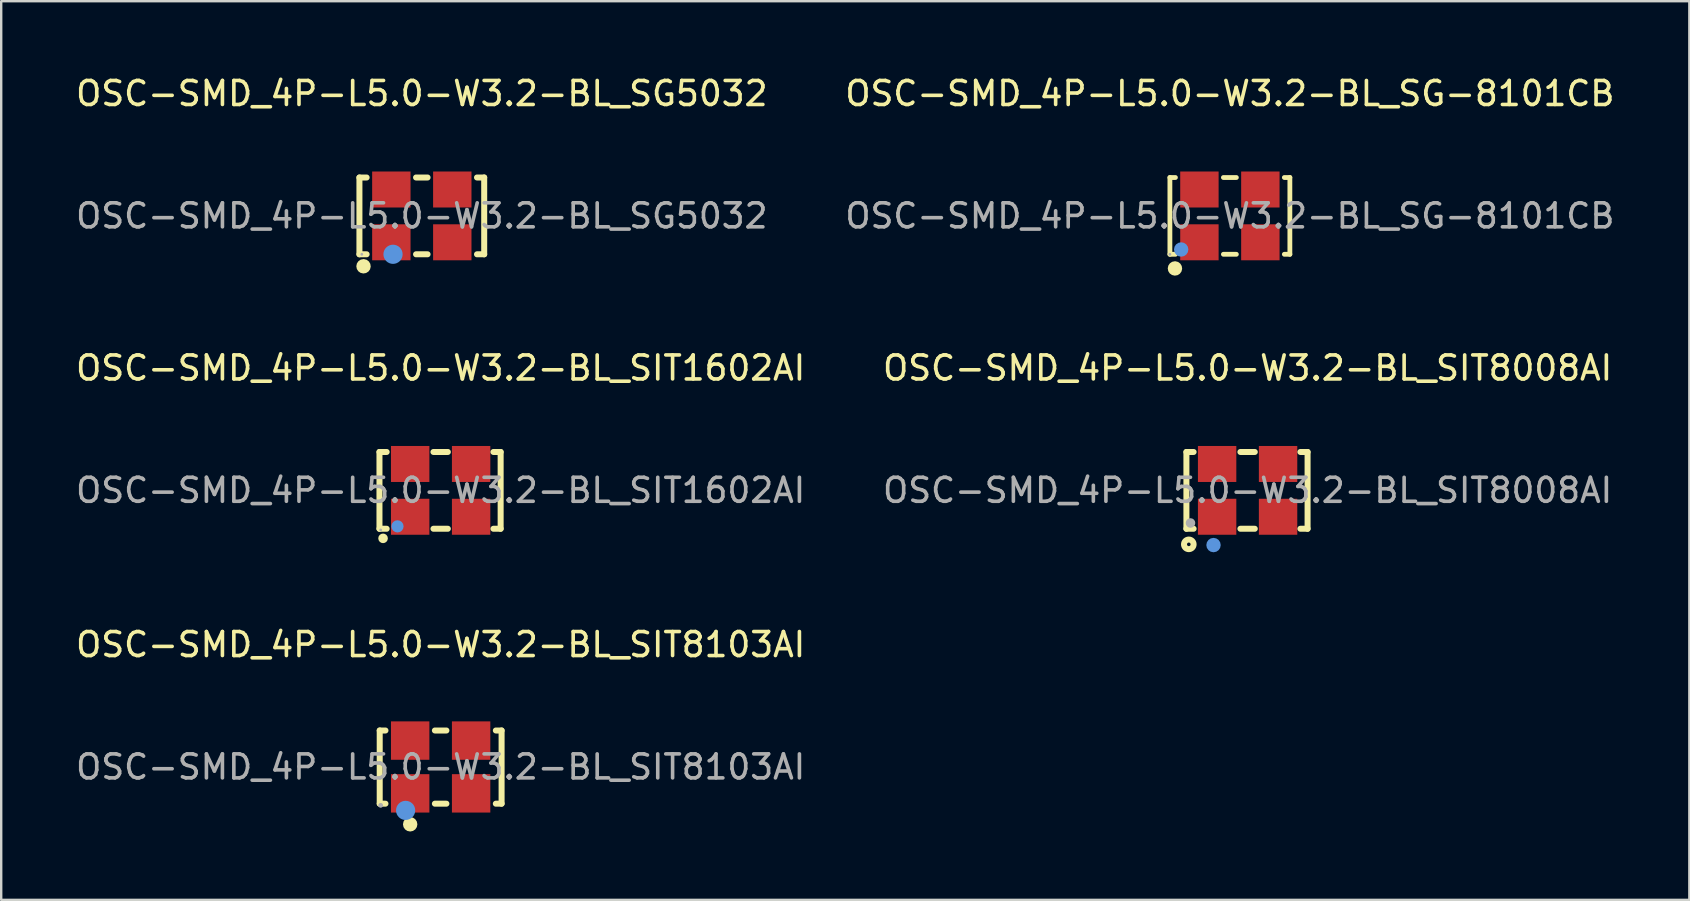
<source format=kicad_pcb>
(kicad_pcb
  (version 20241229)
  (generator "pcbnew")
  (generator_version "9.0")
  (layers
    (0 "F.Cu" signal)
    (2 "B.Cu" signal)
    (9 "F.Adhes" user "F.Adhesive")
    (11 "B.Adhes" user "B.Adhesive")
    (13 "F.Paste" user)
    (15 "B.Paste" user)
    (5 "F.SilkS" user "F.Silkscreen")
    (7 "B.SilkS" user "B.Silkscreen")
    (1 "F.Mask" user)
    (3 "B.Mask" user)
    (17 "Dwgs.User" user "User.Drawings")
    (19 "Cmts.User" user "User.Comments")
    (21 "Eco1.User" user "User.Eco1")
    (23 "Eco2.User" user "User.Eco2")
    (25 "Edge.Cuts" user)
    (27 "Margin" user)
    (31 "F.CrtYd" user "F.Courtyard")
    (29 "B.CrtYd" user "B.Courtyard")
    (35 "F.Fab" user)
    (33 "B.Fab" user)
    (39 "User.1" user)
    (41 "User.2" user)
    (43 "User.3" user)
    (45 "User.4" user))
  (footprint "OSC-SMD_4P-L5.0-W3.2-BL_SG5032"
    (layer "F.Cu")
    (at 14.53 5.948)
    (property "Reference" "OSC-SMD_4P-L5.0-W3.2-BL_SG5032" (at 0 -5.1 0) (layer "F.SilkS") (effects (font (size 1 1) (thickness 0.15))))
    (attr through_hole)
    (fp_line (start -2.6 -1.6) (end -2.3 -1.6) (stroke (width 0.25) (type solid)) (layer "F.SilkS"))
    (fp_line (start -2.6 1.6) (end -2.6 -1.6) (stroke (width 0.25) (type solid)) (layer "F.SilkS"))
    (fp_line (start -2.3 1.6) (end -2.6 1.6) (stroke (width 0.25) (type solid)) (layer "F.SilkS"))
    (fp_line (start -0.24 -1.6) (end 0.24 -1.6) (stroke (width 0.25) (type solid)) (layer "F.SilkS"))
    (fp_line (start 0.24 1.6) (end -0.24 1.6) (stroke (width 0.25) (type solid)) (layer "F.SilkS"))
    (fp_line (start 2.3 -1.6) (end 2.6 -1.6) (stroke (width 0.25) (type solid)) (layer "F.SilkS"))
    (fp_line (start 2.6 -1.6) (end 2.6 1.6) (stroke (width 0.25) (type solid)) (layer "F.SilkS"))
    (fp_line (start 2.6 1.6) (end 2.3 1.6) (stroke (width 0.25) (type solid)) (layer "F.SilkS"))
    (fp_arc (start -2.42 1.95) (mid -2.434995 2.25025) (end -2.430016 1.949667) (stroke (width 0.3) (type solid)) (layer "F.SilkS"))
    (fp_circle (center -1.2 1.6) (end -1 1.6) (stroke (width 0.4) (type solid)) (fill no) (layer "Cmts.User"))
    (fp_circle (center -2.5 1.6) (end -2.47 1.6) (stroke (width 0.06) (type solid)) (fill no) (layer "F.Fab"))
    (fp_text user "${REFERENCE}" (at 0 0 0) (layer "F.Fab") (effects (font (size 1 1) (thickness 0.15))))
    (pad "1" smd rect (at -1.27 1.1) (size 1.6 1.5) (layers "F.Cu" "F.Mask" "F.Paste"))
    (pad "2" smd rect (at 1.27 1.1) (size 1.6 1.5) (layers "F.Cu" "F.Mask" "F.Paste"))
    (pad "3" smd rect (at 1.27 -1.1) (size 1.6 1.5) (layers "F.Cu" "F.Mask" "F.Paste"))
    (pad "4" smd rect (at -1.27 -1.1) (size 1.6 1.5) (layers "F.Cu" "F.Mask" "F.Paste")))
  (footprint "OSC-SMD_4P-L5.0-W3.2-BL_SIT8008AI"
    (layer "F.Cu")
    (at 48.946 17.387)
    (property "Reference" "OSC-SMD_4P-L5.0-W3.2-BL_SIT8008AI" (at 0 -5.1 0) (layer "F.SilkS") (effects (font (size 1 1) (thickness 0.15))))
    (attr through_hole)
    (fp_line (start -2.55 -1.6) (end -2.25 -1.6) (stroke (width 0.25) (type solid)) (layer "F.SilkS"))
    (fp_line (start -2.55 1.6) (end -2.55 -1.6) (stroke (width 0.25) (type solid)) (layer "F.SilkS"))
    (fp_line (start -2.25 1.6) (end -2.55 1.6) (stroke (width 0.25) (type solid)) (layer "F.SilkS"))
    (fp_line (start -0.3 -1.6) (end 0.3 -1.6) (stroke (width 0.25) (type solid)) (layer "F.SilkS"))
    (fp_line (start -0.3 1.6) (end 0.3 1.6) (stroke (width 0.25) (type solid)) (layer "F.SilkS"))
    (fp_line (start 2.2 -1.6) (end 2.5 -1.6) (stroke (width 0.25) (type solid)) (layer "F.SilkS"))
    (fp_line (start 2.5 -1.6) (end 2.5 1.6) (stroke (width 0.25) (type solid)) (layer "F.SilkS"))
    (fp_line (start 2.5 1.6) (end 2.2 1.6) (stroke (width 0.25) (type solid)) (layer "F.SilkS"))
    (fp_circle (center -2.45 2.25) (end -2.25 2.25) (stroke (width 0.25) (type solid)) (fill no) (layer "F.SilkS"))
    (fp_circle (center -1.42 2.28) (end -1.27 2.28) (stroke (width 0.3) (type solid)) (fill no) (layer "Cmts.User"))
    (fp_circle (center -2.38 1.36) (end -2.28 1.36) (stroke (width 0.2) (type solid)) (fill no) (layer "F.Fab"))
    (fp_text user "${REFERENCE}" (at 0 0 0) (layer "F.Fab") (effects (font (size 1 1) (thickness 0.15))))
    (pad "1" smd rect (at -1.27 1.1) (size 1.6 1.5) (layers "F.Cu" "F.Mask" "F.Paste"))
    (pad "2" smd rect (at 1.27 1.1) (size 1.6 1.5) (layers "F.Cu" "F.Mask" "F.Paste"))
    (pad "3" smd rect (at 1.27 -1.1 180) (size 1.6 1.5) (layers "F.Cu" "F.Mask" "F.Paste"))
    (pad "4" smd rect (at -1.27 -1.1) (size 1.6 1.5) (layers "F.Cu" "F.Mask" "F.Paste")))
  (footprint "OSC-SMD_4P-L5.0-W3.2-BL_SG-8101CB"
    (layer "F.Cu")
    (at 48.208 5.948)
    (property "Reference" "OSC-SMD_4P-L5.0-W3.2-BL_SG-8101CB" (at 0 -5.1 0) (layer "F.SilkS") (effects (font (size 1 1) (thickness 0.15))))
    (attr through_hole)
    (fp_line (start -2.5 -1.6) (end -2.27 -1.6) (stroke (width 0.2) (type solid)) (layer "F.SilkS"))
    (fp_line (start -2.5 1.6) (end -2.5 -1.6) (stroke (width 0.2) (type solid)) (layer "F.SilkS"))
    (fp_line (start -2.5 1.6) (end -2.27 1.6) (stroke (width 0.2) (type solid)) (layer "F.SilkS"))
    (fp_line (start -0.27 -1.6) (end 0.27 -1.6) (stroke (width 0.2) (type solid)) (layer "F.SilkS"))
    (fp_line (start -0.27 1.6) (end 0.27 1.6) (stroke (width 0.2) (type solid)) (layer "F.SilkS"))
    (fp_line (start 2.27 -1.6) (end 2.5 -1.6) (stroke (width 0.2) (type solid)) (layer "F.SilkS"))
    (fp_line (start 2.27 1.6) (end 2.5 1.6) (stroke (width 0.2) (type solid)) (layer "F.SilkS"))
    (fp_line (start 2.5 1.6) (end 2.5 -1.6) (stroke (width 0.2) (type solid)) (layer "F.SilkS"))
    (fp_arc (start -2.28 2.04) (mid -2.294995 2.34025) (end -2.290016 2.039667) (stroke (width 0.3) (type solid)) (layer "F.SilkS"))
    (fp_circle (center -2.03 1.4) (end -1.88 1.4) (stroke (width 0.3) (type solid)) (fill no) (layer "Cmts.User"))
    (fp_circle (center -2.5 1.6) (end -2.47 1.6) (stroke (width 0.06) (type solid)) (fill no) (layer "F.Fab"))
    (fp_text user "${REFERENCE}" (at 0 0 0) (layer "F.Fab") (effects (font (size 1 1) (thickness 0.15))))
    (pad "1" smd rect (at -1.27 1.1 90) (size 1.5 1.6) (layers "F.Cu" "F.Mask" "F.Paste"))
    (pad "2" smd rect (at 1.27 1.1 90) (size 1.5 1.6) (layers "F.Cu" "F.Mask" "F.Paste"))
    (pad "3" smd rect (at 1.27 -1.1 90) (size 1.5 1.6) (layers "F.Cu" "F.Mask" "F.Paste"))
    (pad "4" smd rect (at -1.27 -1.1 90) (size 1.5 1.6) (layers "F.Cu" "F.Mask" "F.Paste")))
  (footprint "OSC-SMD_4P-L5.0-W3.2-BL_SIT8103AI"
    (layer "F.Cu")
    (at 15.315 28.915)
    (property "Reference" "OSC-SMD_4P-L5.0-W3.2-BL_SIT8103AI" (at 0 -5.1 0) (layer "F.SilkS") (effects (font (size 1 1) (thickness 0.15))))
    (attr through_hole)
    (fp_line (start -2.54 -1.52) (end -2.3 -1.52) (stroke (width 0.25) (type solid)) (layer "F.SilkS"))
    (fp_line (start -2.54 1.53) (end -2.54 -1.52) (stroke (width 0.25) (type solid)) (layer "F.SilkS"))
    (fp_line (start -2.3 1.53) (end -2.54 1.53) (stroke (width 0.25) (type solid)) (layer "F.SilkS"))
    (fp_line (start -0.24 -1.52) (end 0.24 -1.52) (stroke (width 0.25) (type solid)) (layer "F.SilkS"))
    (fp_line (start 0.24 1.53) (end -0.24 1.53) (stroke (width 0.25) (type solid)) (layer "F.SilkS"))
    (fp_line (start 2.3 -1.52) (end 2.54 -1.52) (stroke (width 0.25) (type solid)) (layer "F.SilkS"))
    (fp_line (start 2.54 -1.52) (end 2.54 1.53) (stroke (width 0.25) (type solid)) (layer "F.SilkS"))
    (fp_line (start 2.54 1.53) (end 2.3 1.53) (stroke (width 0.25) (type solid)) (layer "F.SilkS"))
    (fp_arc (start -1.27 2.39) (mid -1.27 2.39) (end -1.27 2.39) (stroke (width 0.3) (type solid)) (layer "F.SilkS"))
    (fp_circle (center -1.46 1.81) (end -1.26 1.81) (stroke (width 0.4) (type solid)) (fill no) (layer "Cmts.User"))
    (fp_circle (center -2.5 1.6) (end -2.45 1.6) (stroke (width 0.1) (type solid)) (fill no) (layer "F.Fab"))
    (fp_text user "${REFERENCE}" (at 0 0 0) (layer "F.Fab") (effects (font (size 1 1) (thickness 0.15))))
    (pad "1" smd rect (at -1.27 1.1) (size 1.6 1.6) (layers "F.Cu" "F.Mask" "F.Paste"))
    (pad "2" smd rect (at 1.27 1.1) (size 1.6 1.6) (layers "F.Cu" "F.Mask" "F.Paste"))
    (pad "3" smd rect (at 1.27 -1.1) (size 1.6 1.6) (layers "F.Cu" "F.Mask" "F.Paste"))
    (pad "4" smd rect (at -1.27 -1.1) (size 1.6 1.6) (layers "F.Cu" "F.Mask" "F.Paste")))
  (footprint "OSC-SMD_4P-L5.0-W3.2-BL_SIT1602AI"
    (layer "F.Cu")
    (at 15.315 17.387)
    (property "Reference" "OSC-SMD_4P-L5.0-W3.2-BL_SIT1602AI" (at 0 -5.1 0) (layer "F.SilkS") (effects (font (size 1 1) (thickness 0.15))))
    (attr through_hole)
    (fp_line (start -2.55 -1.6) (end -2.25 -1.6) (stroke (width 0.25) (type solid)) (layer "F.SilkS"))
    (fp_line (start -2.55 1.6) (end -2.55 -1.6) (stroke (width 0.25) (type solid)) (layer "F.SilkS"))
    (fp_line (start -2.25 1.6) (end -2.55 1.6) (stroke (width 0.25) (type solid)) (layer "F.SilkS"))
    (fp_line (start -0.3 -1.6) (end 0.3 -1.6) (stroke (width 0.25) (type solid)) (layer "F.SilkS"))
    (fp_line (start -0.3 1.6) (end 0.3 1.6) (stroke (width 0.25) (type solid)) (layer "F.SilkS"))
    (fp_line (start 2.2 -1.6) (end 2.5 -1.6) (stroke (width 0.25) (type solid)) (layer "F.SilkS"))
    (fp_line (start 2.5 -1.6) (end 2.5 1.6) (stroke (width 0.25) (type solid)) (layer "F.SilkS"))
    (fp_line (start 2.5 1.6) (end 2.2 1.6) (stroke (width 0.25) (type solid)) (layer "F.SilkS"))
    (fp_circle (center -2.4 2) (end -2.3 2) (stroke (width 0.2) (type solid)) (fill no) (layer "F.SilkS"))
    (fp_circle (center -1.8 1.5) (end -1.67 1.5) (stroke (width 0.25) (type solid)) (fill no) (layer "Cmts.User"))
    (fp_circle (center -2.5 1.65) (end -2.47 1.65) (stroke (width 0.06) (type solid)) (fill no) (layer "F.Fab"))
    (fp_text user "${REFERENCE}" (at 0 0 0) (layer "F.Fab") (effects (font (size 1 1) (thickness 0.15))))
    (pad "1" smd rect (at -1.27 1.1) (size 1.6 1.5) (layers "F.Cu" "F.Mask" "F.Paste"))
    (pad "2" smd rect (at 1.27 1.1) (size 1.6 1.5) (layers "F.Cu" "F.Mask" "F.Paste"))
    (pad "3" smd rect (at 1.27 -1.1 180) (size 1.6 1.5) (layers "F.Cu" "F.Mask" "F.Paste"))
    (pad "4" smd rect (at -1.27 -1.1) (size 1.6 1.5) (layers "F.Cu" "F.Mask" "F.Paste")))
  (gr_rect
    (start -3 -3)
    (end 67.357 34.455)
    (stroke (width 0.1) (type default))
    (fill no)
    (layer "Edge.Cuts")))
</source>
